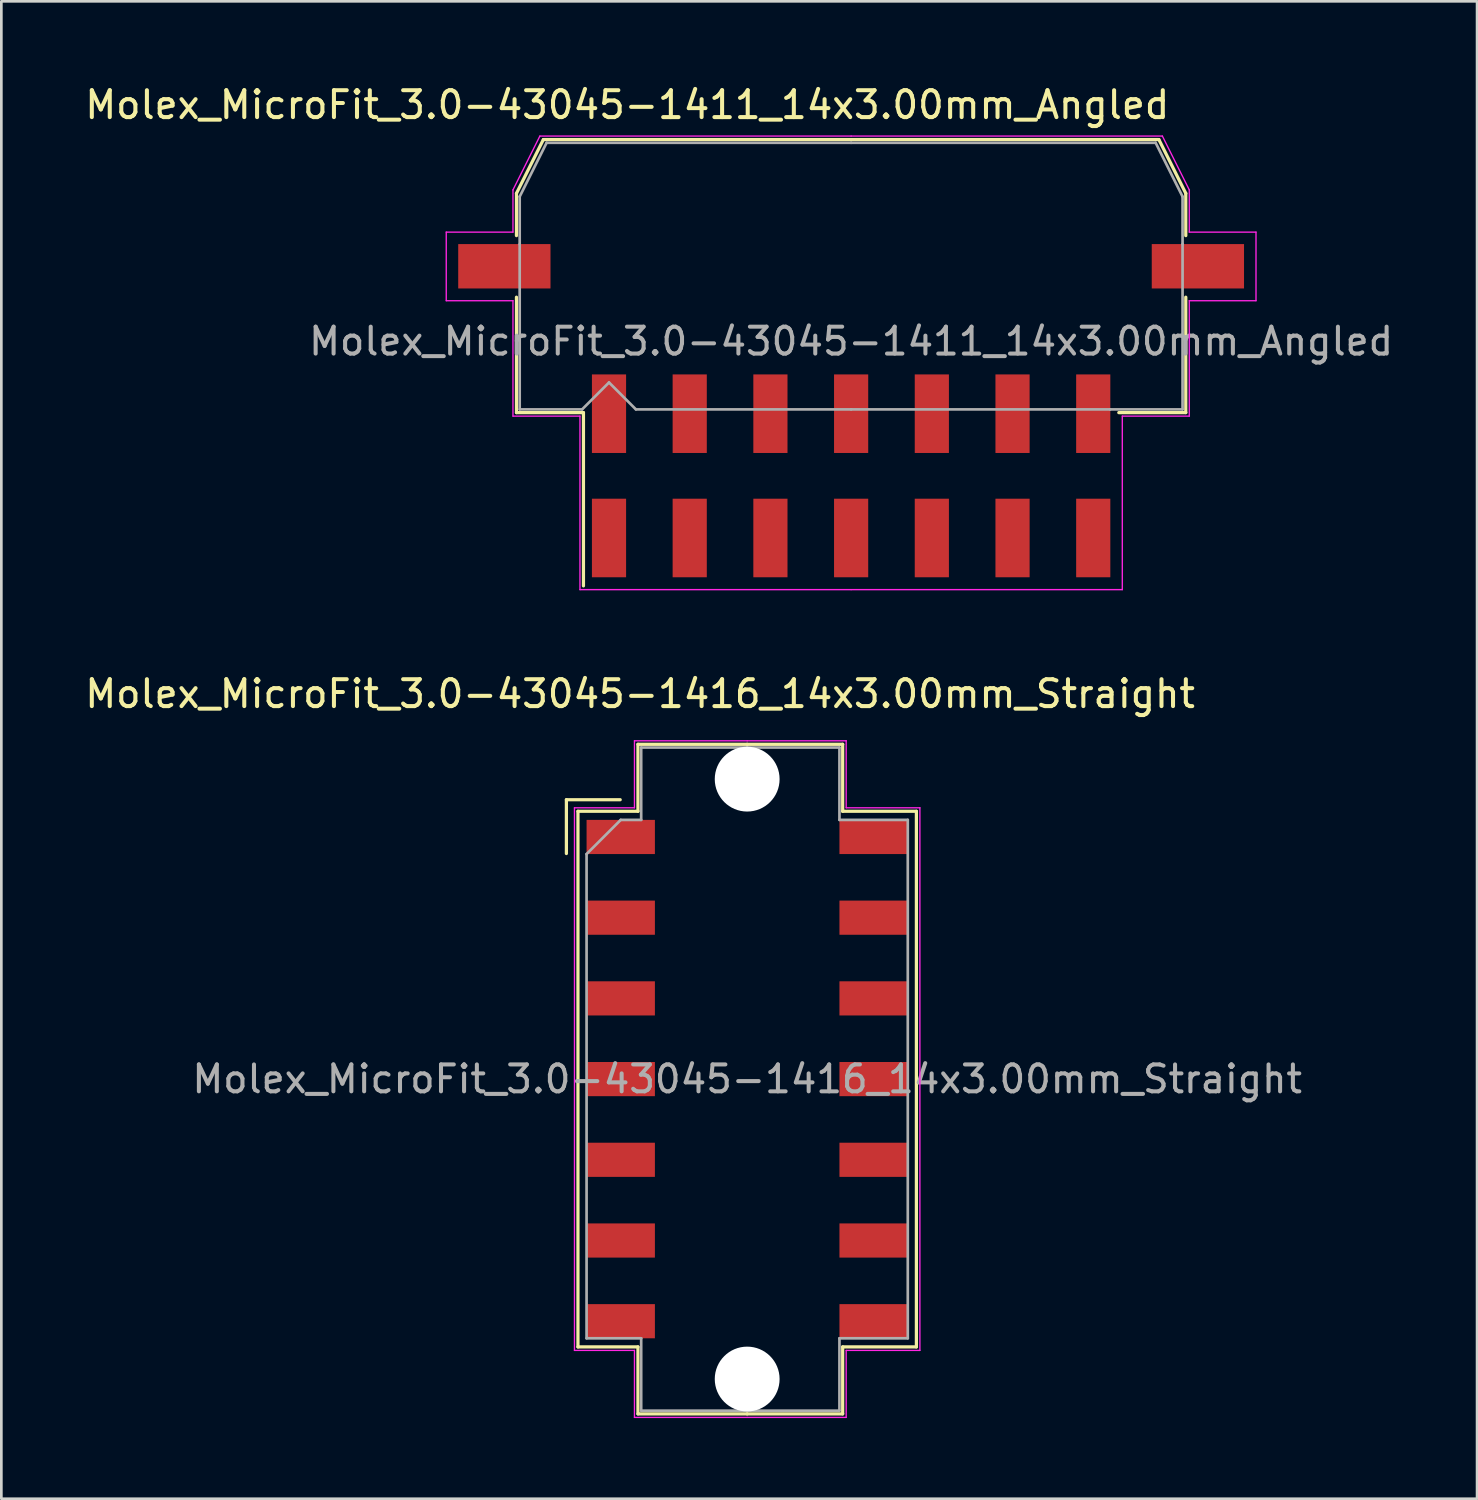
<source format=kicad_pcb>
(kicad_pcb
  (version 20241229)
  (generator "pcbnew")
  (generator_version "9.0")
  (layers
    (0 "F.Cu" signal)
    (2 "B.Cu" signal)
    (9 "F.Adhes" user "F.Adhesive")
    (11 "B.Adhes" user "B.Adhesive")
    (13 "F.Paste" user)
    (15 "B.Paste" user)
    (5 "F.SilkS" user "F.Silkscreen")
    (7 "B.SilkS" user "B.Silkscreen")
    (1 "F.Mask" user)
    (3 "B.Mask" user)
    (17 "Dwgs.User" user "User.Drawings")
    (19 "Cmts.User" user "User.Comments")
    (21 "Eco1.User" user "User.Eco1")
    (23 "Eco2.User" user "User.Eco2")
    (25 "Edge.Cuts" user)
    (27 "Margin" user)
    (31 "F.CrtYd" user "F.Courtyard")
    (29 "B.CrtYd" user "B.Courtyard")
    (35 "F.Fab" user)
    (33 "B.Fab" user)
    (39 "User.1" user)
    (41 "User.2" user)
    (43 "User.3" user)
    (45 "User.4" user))
  (footprint "Molex_MicroFit_3.0-43045-1411_14x3.00mm_Angled"
    (layer "F.Cu")
    (at 28.588 14.638)
    (property "Reference" "Molex_MicroFit_3.0-43045-1411_14x3.00mm_Angled" (at -8.32 -13.79 0) (layer "F.SilkS") (effects (font (size 1 1) (thickness 0.15))))
    (attr smd)
    (fp_line (start -12.44 -10.5) (end -12.44 -8.93) (stroke (width 0.12) (type solid)) (layer "F.SilkS"))
    (fp_line (start -12.44 -6.64) (end -12.44 -2.35) (stroke (width 0.12) (type solid)) (layer "F.SilkS"))
    (fp_line (start -12.44 -2.35) (end -9.95 -2.35) (stroke (width 0.12) (type solid)) (layer "F.SilkS"))
    (fp_line (start -11.44 -12.5) (end -12.44 -10.5) (stroke (width 0.12) (type solid)) (layer "F.SilkS"))
    (fp_line (start -9.95 -2.35) (end -9.95 4.09) (stroke (width 0.12) (type solid)) (layer "F.SilkS"))
    (fp_line (start 0 -12.5) (end -11.44 -12.5) (stroke (width 0.12) (type solid)) (layer "F.SilkS"))
    (fp_line (start 0 -12.5) (end 11.44 -12.5) (stroke (width 0.12) (type solid)) (layer "F.SilkS"))
    (fp_line (start 11.44 -12.5) (end 12.44 -10.5) (stroke (width 0.12) (type solid)) (layer "F.SilkS"))
    (fp_line (start 12.44 -10.5) (end 12.44 -8.93) (stroke (width 0.12) (type solid)) (layer "F.SilkS"))
    (fp_line (start 12.44 -6.64) (end 12.44 -2.35) (stroke (width 0.12) (type solid)) (layer "F.SilkS"))
    (fp_line (start 12.44 -2.35) (end 9.95 -2.35) (stroke (width 0.12) (type solid)) (layer "F.SilkS"))
    (fp_line (start -15.05 -9.06) (end -15.05 -6.51) (stroke (width 0.05) (type solid)) (layer "F.CrtYd"))
    (fp_line (start -15.05 -6.51) (end -12.57 -6.51) (stroke (width 0.05) (type solid)) (layer "F.CrtYd"))
    (fp_line (start -12.57 -10.63) (end -12.57 -9.06) (stroke (width 0.05) (type solid)) (layer "F.CrtYd"))
    (fp_line (start -12.57 -9.06) (end -15.05 -9.06) (stroke (width 0.05) (type solid)) (layer "F.CrtYd"))
    (fp_line (start -12.57 -6.51) (end -12.57 -2.22) (stroke (width 0.05) (type solid)) (layer "F.CrtYd"))
    (fp_line (start -12.57 -2.22) (end -10.08 -2.22) (stroke (width 0.05) (type solid)) (layer "F.CrtYd"))
    (fp_line (start -11.57 -12.63) (end -12.57 -10.63) (stroke (width 0.05) (type solid)) (layer "F.CrtYd"))
    (fp_line (start -10.08 -2.22) (end -10.08 4.23) (stroke (width 0.05) (type solid)) (layer "F.CrtYd"))
    (fp_line (start -10.08 4.23) (end 0 4.23) (stroke (width 0.05) (type solid)) (layer "F.CrtYd"))
    (fp_line (start 0 -12.63) (end -11.57 -12.63) (stroke (width 0.05) (type solid)) (layer "F.CrtYd"))
    (fp_line (start 0 -12.63) (end 11.57 -12.63) (stroke (width 0.05) (type solid)) (layer "F.CrtYd"))
    (fp_line (start 10.08 -2.22) (end 10.08 4.23) (stroke (width 0.05) (type solid)) (layer "F.CrtYd"))
    (fp_line (start 10.08 4.23) (end 0 4.23) (stroke (width 0.05) (type solid)) (layer "F.CrtYd"))
    (fp_line (start 11.57 -12.63) (end 12.57 -10.63) (stroke (width 0.05) (type solid)) (layer "F.CrtYd"))
    (fp_line (start 12.57 -10.63) (end 12.57 -9.06) (stroke (width 0.05) (type solid)) (layer "F.CrtYd"))
    (fp_line (start 12.57 -9.06) (end 15.05 -9.06) (stroke (width 0.05) (type solid)) (layer "F.CrtYd"))
    (fp_line (start 12.57 -6.51) (end 12.57 -2.22) (stroke (width 0.05) (type solid)) (layer "F.CrtYd"))
    (fp_line (start 12.57 -2.22) (end 10.08 -2.22) (stroke (width 0.05) (type solid)) (layer "F.CrtYd"))
    (fp_line (start 15.05 -9.06) (end 15.05 -6.51) (stroke (width 0.05) (type solid)) (layer "F.CrtYd"))
    (fp_line (start 15.05 -6.51) (end 12.57 -6.51) (stroke (width 0.05) (type solid)) (layer "F.CrtYd"))
    (fp_line (start -12.32 -10.38) (end -12.32 -8.61) (stroke (width 0.1) (type solid)) (layer "F.Fab"))
    (fp_line (start -12.32 -8.61) (end -12.32 -2.47) (stroke (width 0.1) (type solid)) (layer "F.Fab"))
    (fp_line (start -12.32 -2.47) (end -10 -2.47) (stroke (width 0.1) (type solid)) (layer "F.Fab"))
    (fp_line (start -11.32 -12.38) (end -12.32 -10.38) (stroke (width 0.1) (type solid)) (layer "F.Fab"))
    (fp_line (start -10 -2.47) (end -9 -3.47) (stroke (width 0.1) (type solid)) (layer "F.Fab"))
    (fp_line (start -9 -3.47) (end -8 -2.47) (stroke (width 0.1) (type solid)) (layer "F.Fab"))
    (fp_line (start -8 -2.47) (end 0 -2.47) (stroke (width 0.1) (type solid)) (layer "F.Fab"))
    (fp_line (start 0 -12.38) (end -11.32 -12.38) (stroke (width 0.1) (type solid)) (layer "F.Fab"))
    (fp_line (start 0 -12.38) (end 11.32 -12.38) (stroke (width 0.1) (type solid)) (layer "F.Fab"))
    (fp_line (start 9.63 -2.47) (end 0 -2.47) (stroke (width 0.1) (type solid)) (layer "F.Fab"))
    (fp_line (start 11.32 -12.38) (end 12.32 -10.38) (stroke (width 0.1) (type solid)) (layer "F.Fab"))
    (fp_line (start 12.32 -10.38) (end 12.32 -8.61) (stroke (width 0.1) (type solid)) (layer "F.Fab"))
    (fp_line (start 12.32 -8.61) (end 12.32 -2.47) (stroke (width 0.1) (type solid)) (layer "F.Fab"))
    (fp_line (start 12.32 -2.47) (end 9.63 -2.47) (stroke (width 0.1) (type solid)) (layer "F.Fab"))
    (fp_text user "${REFERENCE}" (at 0 -5 0) (layer "F.Fab") (effects (font (size 1 1) (thickness 0.15))))
    (pad "" smd rect (at -12.89 -7.79) (size 3.43 1.65) (layers "F.Cu" "F.Mask" "F.Paste"))
    (pad "" smd rect (at 12.89 -7.79) (size 3.43 1.65) (layers "F.Cu" "F.Mask" "F.Paste"))
    (pad "1" smd rect (at -9 -2.31) (size 1.27 2.92) (layers "F.Cu" "F.Mask" "F.Paste"))
    (pad "2" smd rect (at -6 -2.31) (size 1.27 2.92) (layers "F.Cu" "F.Mask" "F.Paste"))
    (pad "3" smd rect (at -3 -2.31) (size 1.27 2.92) (layers "F.Cu" "F.Mask" "F.Paste"))
    (pad "4" smd rect (at 0 -2.31) (size 1.27 2.92) (layers "F.Cu" "F.Mask" "F.Paste"))
    (pad "5" smd rect (at 3 -2.31) (size 1.27 2.92) (layers "F.Cu" "F.Mask" "F.Paste"))
    (pad "6" smd rect (at 6 -2.31) (size 1.27 2.92) (layers "F.Cu" "F.Mask" "F.Paste"))
    (pad "7" smd rect (at 9 -2.31) (size 1.27 2.92) (layers "F.Cu" "F.Mask" "F.Paste"))
    (pad "8" smd rect (at 9 2.31) (size 1.27 2.92) (layers "F.Cu" "F.Mask" "F.Paste"))
    (pad "9" smd rect (at 6 2.31) (size 1.27 2.92) (layers "F.Cu" "F.Mask" "F.Paste"))
    (pad "10" smd rect (at 3 2.31) (size 1.27 2.92) (layers "F.Cu" "F.Mask" "F.Paste"))
    (pad "11" smd rect (at 0 2.31) (size 1.27 2.92) (layers "F.Cu" "F.Mask" "F.Paste"))
    (pad "12" smd rect (at -3 2.31) (size 1.27 2.92) (layers "F.Cu" "F.Mask" "F.Paste"))
    (pad "13" smd rect (at -6 2.31) (size 1.27 2.92) (layers "F.Cu" "F.Mask" "F.Paste"))
    (pad "14" smd rect (at -9 2.31) (size 1.27 2.92) (layers "F.Cu" "F.Mask" "F.Paste")))
  (footprint "Molex_MicroFit_3.0-43045-1416_14x3.00mm_Straight"
    (layer "F.Cu")
    (at 24.724 37.062)
    (property "Reference" "Molex_MicroFit_3.0-43045-1416_14x3.00mm_Straight" (at -3.98 -14.32 0) (layer "F.SilkS") (effects (font (size 1 1) (thickness 0.15))))
    (attr smd)
    (fp_line (start -6.72 -10.385) (end -6.72 -8.385) (stroke (width 0.12) (type solid)) (layer "F.SilkS"))
    (fp_line (start -6.29 -9.955) (end -4.06 -9.955) (stroke (width 0.12) (type solid)) (layer "F.SilkS"))
    (fp_line (start -6.29 9.955) (end -6.29 -9.955) (stroke (width 0.12) (type solid)) (layer "F.SilkS"))
    (fp_line (start -4.72 -10.385) (end -6.72 -10.385) (stroke (width 0.12) (type solid)) (layer "F.SilkS"))
    (fp_line (start -4.06 -12.445) (end 0 -12.445) (stroke (width 0.12) (type solid)) (layer "F.SilkS"))
    (fp_line (start -4.06 -9.955) (end -4.06 -12.445) (stroke (width 0.12) (type solid)) (layer "F.SilkS"))
    (fp_line (start -4.06 9.955) (end -6.29 9.955) (stroke (width 0.12) (type solid)) (layer "F.SilkS"))
    (fp_line (start -4.06 12.445) (end -4.06 9.955) (stroke (width 0.12) (type solid)) (layer "F.SilkS"))
    (fp_line (start 0 -12.445) (end 3.55 -12.445) (stroke (width 0.12) (type solid)) (layer "F.SilkS"))
    (fp_line (start 0 12.445) (end -4.06 12.445) (stroke (width 0.12) (type solid)) (layer "F.SilkS"))
    (fp_line (start 3.55 -12.445) (end 3.55 -9.955) (stroke (width 0.12) (type solid)) (layer "F.SilkS"))
    (fp_line (start 3.55 -9.955) (end 6.29 -9.955) (stroke (width 0.12) (type solid)) (layer "F.SilkS"))
    (fp_line (start 3.55 9.955) (end 3.55 12.445) (stroke (width 0.12) (type solid)) (layer "F.SilkS"))
    (fp_line (start 3.55 12.445) (end 0 12.445) (stroke (width 0.12) (type solid)) (layer "F.SilkS"))
    (fp_line (start 6.29 -9.955) (end 6.29 9.955) (stroke (width 0.12) (type solid)) (layer "F.SilkS"))
    (fp_line (start 6.29 9.955) (end 3.55 9.955) (stroke (width 0.12) (type solid)) (layer "F.SilkS"))
    (fp_line (start -6.42 -10.085) (end -4.19 -10.085) (stroke (width 0.05) (type solid)) (layer "F.CrtYd"))
    (fp_line (start -6.42 10.085) (end -6.42 -10.085) (stroke (width 0.05) (type solid)) (layer "F.CrtYd"))
    (fp_line (start -4.19 -12.575) (end 0 -12.575) (stroke (width 0.05) (type solid)) (layer "F.CrtYd"))
    (fp_line (start -4.19 -10.085) (end -4.19 -12.575) (stroke (width 0.05) (type solid)) (layer "F.CrtYd"))
    (fp_line (start -4.19 10.085) (end -6.42 10.085) (stroke (width 0.05) (type solid)) (layer "F.CrtYd"))
    (fp_line (start -4.19 12.575) (end -4.19 10.085) (stroke (width 0.05) (type solid)) (layer "F.CrtYd"))
    (fp_line (start 0 -12.575) (end 3.68 -12.575) (stroke (width 0.05) (type solid)) (layer "F.CrtYd"))
    (fp_line (start 0 12.575) (end -4.19 12.575) (stroke (width 0.05) (type solid)) (layer "F.CrtYd"))
    (fp_line (start 3.68 -12.575) (end 3.68 -10.085) (stroke (width 0.05) (type solid)) (layer "F.CrtYd"))
    (fp_line (start 3.68 -10.085) (end 6.42 -10.085) (stroke (width 0.05) (type solid)) (layer "F.CrtYd"))
    (fp_line (start 3.68 10.085) (end 3.68 12.575) (stroke (width 0.05) (type solid)) (layer "F.CrtYd"))
    (fp_line (start 3.68 12.575) (end 0 12.575) (stroke (width 0.05) (type solid)) (layer "F.CrtYd"))
    (fp_line (start 6.42 -10.085) (end 6.42 10.085) (stroke (width 0.05) (type solid)) (layer "F.CrtYd"))
    (fp_line (start 6.42 10.085) (end 3.68 10.085) (stroke (width 0.05) (type solid)) (layer "F.CrtYd"))
    (fp_line (start -5.97 -8.365) (end -4.7 -9.635) (stroke (width 0.1) (type solid)) (layer "F.Fab"))
    (fp_line (start -5.97 9.635) (end -5.97 -8.365) (stroke (width 0.1) (type solid)) (layer "F.Fab"))
    (fp_line (start -4.7 -9.635) (end -3.94 -9.635) (stroke (width 0.1) (type solid)) (layer "F.Fab"))
    (fp_line (start -3.94 -12.325) (end 0 -12.325) (stroke (width 0.1) (type solid)) (layer "F.Fab"))
    (fp_line (start -3.94 -9.635) (end -3.94 -12.325) (stroke (width 0.1) (type solid)) (layer "F.Fab"))
    (fp_line (start -3.94 9.635) (end -5.97 9.635) (stroke (width 0.1) (type solid)) (layer "F.Fab"))
    (fp_line (start -3.94 12.325) (end -3.94 9.635) (stroke (width 0.1) (type solid)) (layer "F.Fab"))
    (fp_line (start 0 -12.325) (end 3.43 -12.325) (stroke (width 0.1) (type solid)) (layer "F.Fab"))
    (fp_line (start 0 12.325) (end -3.94 12.325) (stroke (width 0.1) (type solid)) (layer "F.Fab"))
    (fp_line (start 3.43 -12.325) (end 3.43 -9.635) (stroke (width 0.1) (type solid)) (layer "F.Fab"))
    (fp_line (start 3.43 -9.635) (end 5.97 -9.635) (stroke (width 0.1) (type solid)) (layer "F.Fab"))
    (fp_line (start 3.43 9.635) (end 3.43 12.325) (stroke (width 0.1) (type solid)) (layer "F.Fab"))
    (fp_line (start 3.43 12.325) (end 0 12.325) (stroke (width 0.1) (type solid)) (layer "F.Fab"))
    (fp_line (start 5.97 -9.635) (end 5.97 9.635) (stroke (width 0.1) (type solid)) (layer "F.Fab"))
    (fp_line (start 5.97 9.635) (end 3.43 9.635) (stroke (width 0.1) (type solid)) (layer "F.Fab"))
    (fp_text user "${REFERENCE}" (at 0 0 0) (layer "F.Fab") (effects (font (size 1 1) (thickness 0.15))))
    (pad "" np_thru_hole circle (at 0 -11.15) (size 2.41 2.41) (drill 2.41) (layers "*.Cu"))
    (pad "" np_thru_hole circle (at 0 11.15) (size 2.41 2.41) (drill 2.41) (layers "*.Cu"))
    (pad "1" smd rect (at -4.7 -9) (size 2.54 1.27) (layers "F.Cu" "F.Mask" "F.Paste"))
    (pad "2" smd rect (at -4.7 -6) (size 2.54 1.27) (layers "F.Cu" "F.Mask" "F.Paste"))
    (pad "3" smd rect (at -4.7 -3) (size 2.54 1.27) (layers "F.Cu" "F.Mask" "F.Paste"))
    (pad "4" smd rect (at -4.7 0) (size 2.54 1.27) (layers "F.Cu" "F.Mask" "F.Paste"))
    (pad "5" smd rect (at -4.7 3) (size 2.54 1.27) (layers "F.Cu" "F.Mask" "F.Paste"))
    (pad "6" smd rect (at -4.7 6) (size 2.54 1.27) (layers "F.Cu" "F.Mask" "F.Paste"))
    (pad "7" smd rect (at -4.7 9) (size 2.54 1.27) (layers "F.Cu" "F.Mask" "F.Paste"))
    (pad "8" smd rect (at 4.7 9) (size 2.54 1.27) (layers "F.Cu" "F.Mask" "F.Paste"))
    (pad "9" smd rect (at 4.7 6) (size 2.54 1.27) (layers "F.Cu" "F.Mask" "F.Paste"))
    (pad "10" smd rect (at 4.7 3) (size 2.54 1.27) (layers "F.Cu" "F.Mask" "F.Paste"))
    (pad "11" smd rect (at 4.7 0) (size 2.54 1.27) (layers "F.Cu" "F.Mask" "F.Paste"))
    (pad "12" smd rect (at 4.7 -3) (size 2.54 1.27) (layers "F.Cu" "F.Mask" "F.Paste"))
    (pad "13" smd rect (at 4.7 -6) (size 2.54 1.27) (layers "F.Cu" "F.Mask" "F.Paste"))
    (pad "14" smd rect (at 4.7 -9) (size 2.54 1.27) (layers "F.Cu" "F.Mask" "F.Paste")))
  (gr_rect
    (start -3 -3)
    (end 51.856 52.661)
    (stroke (width 0.1) (type default))
    (fill no)
    (layer "Edge.Cuts")))
</source>
